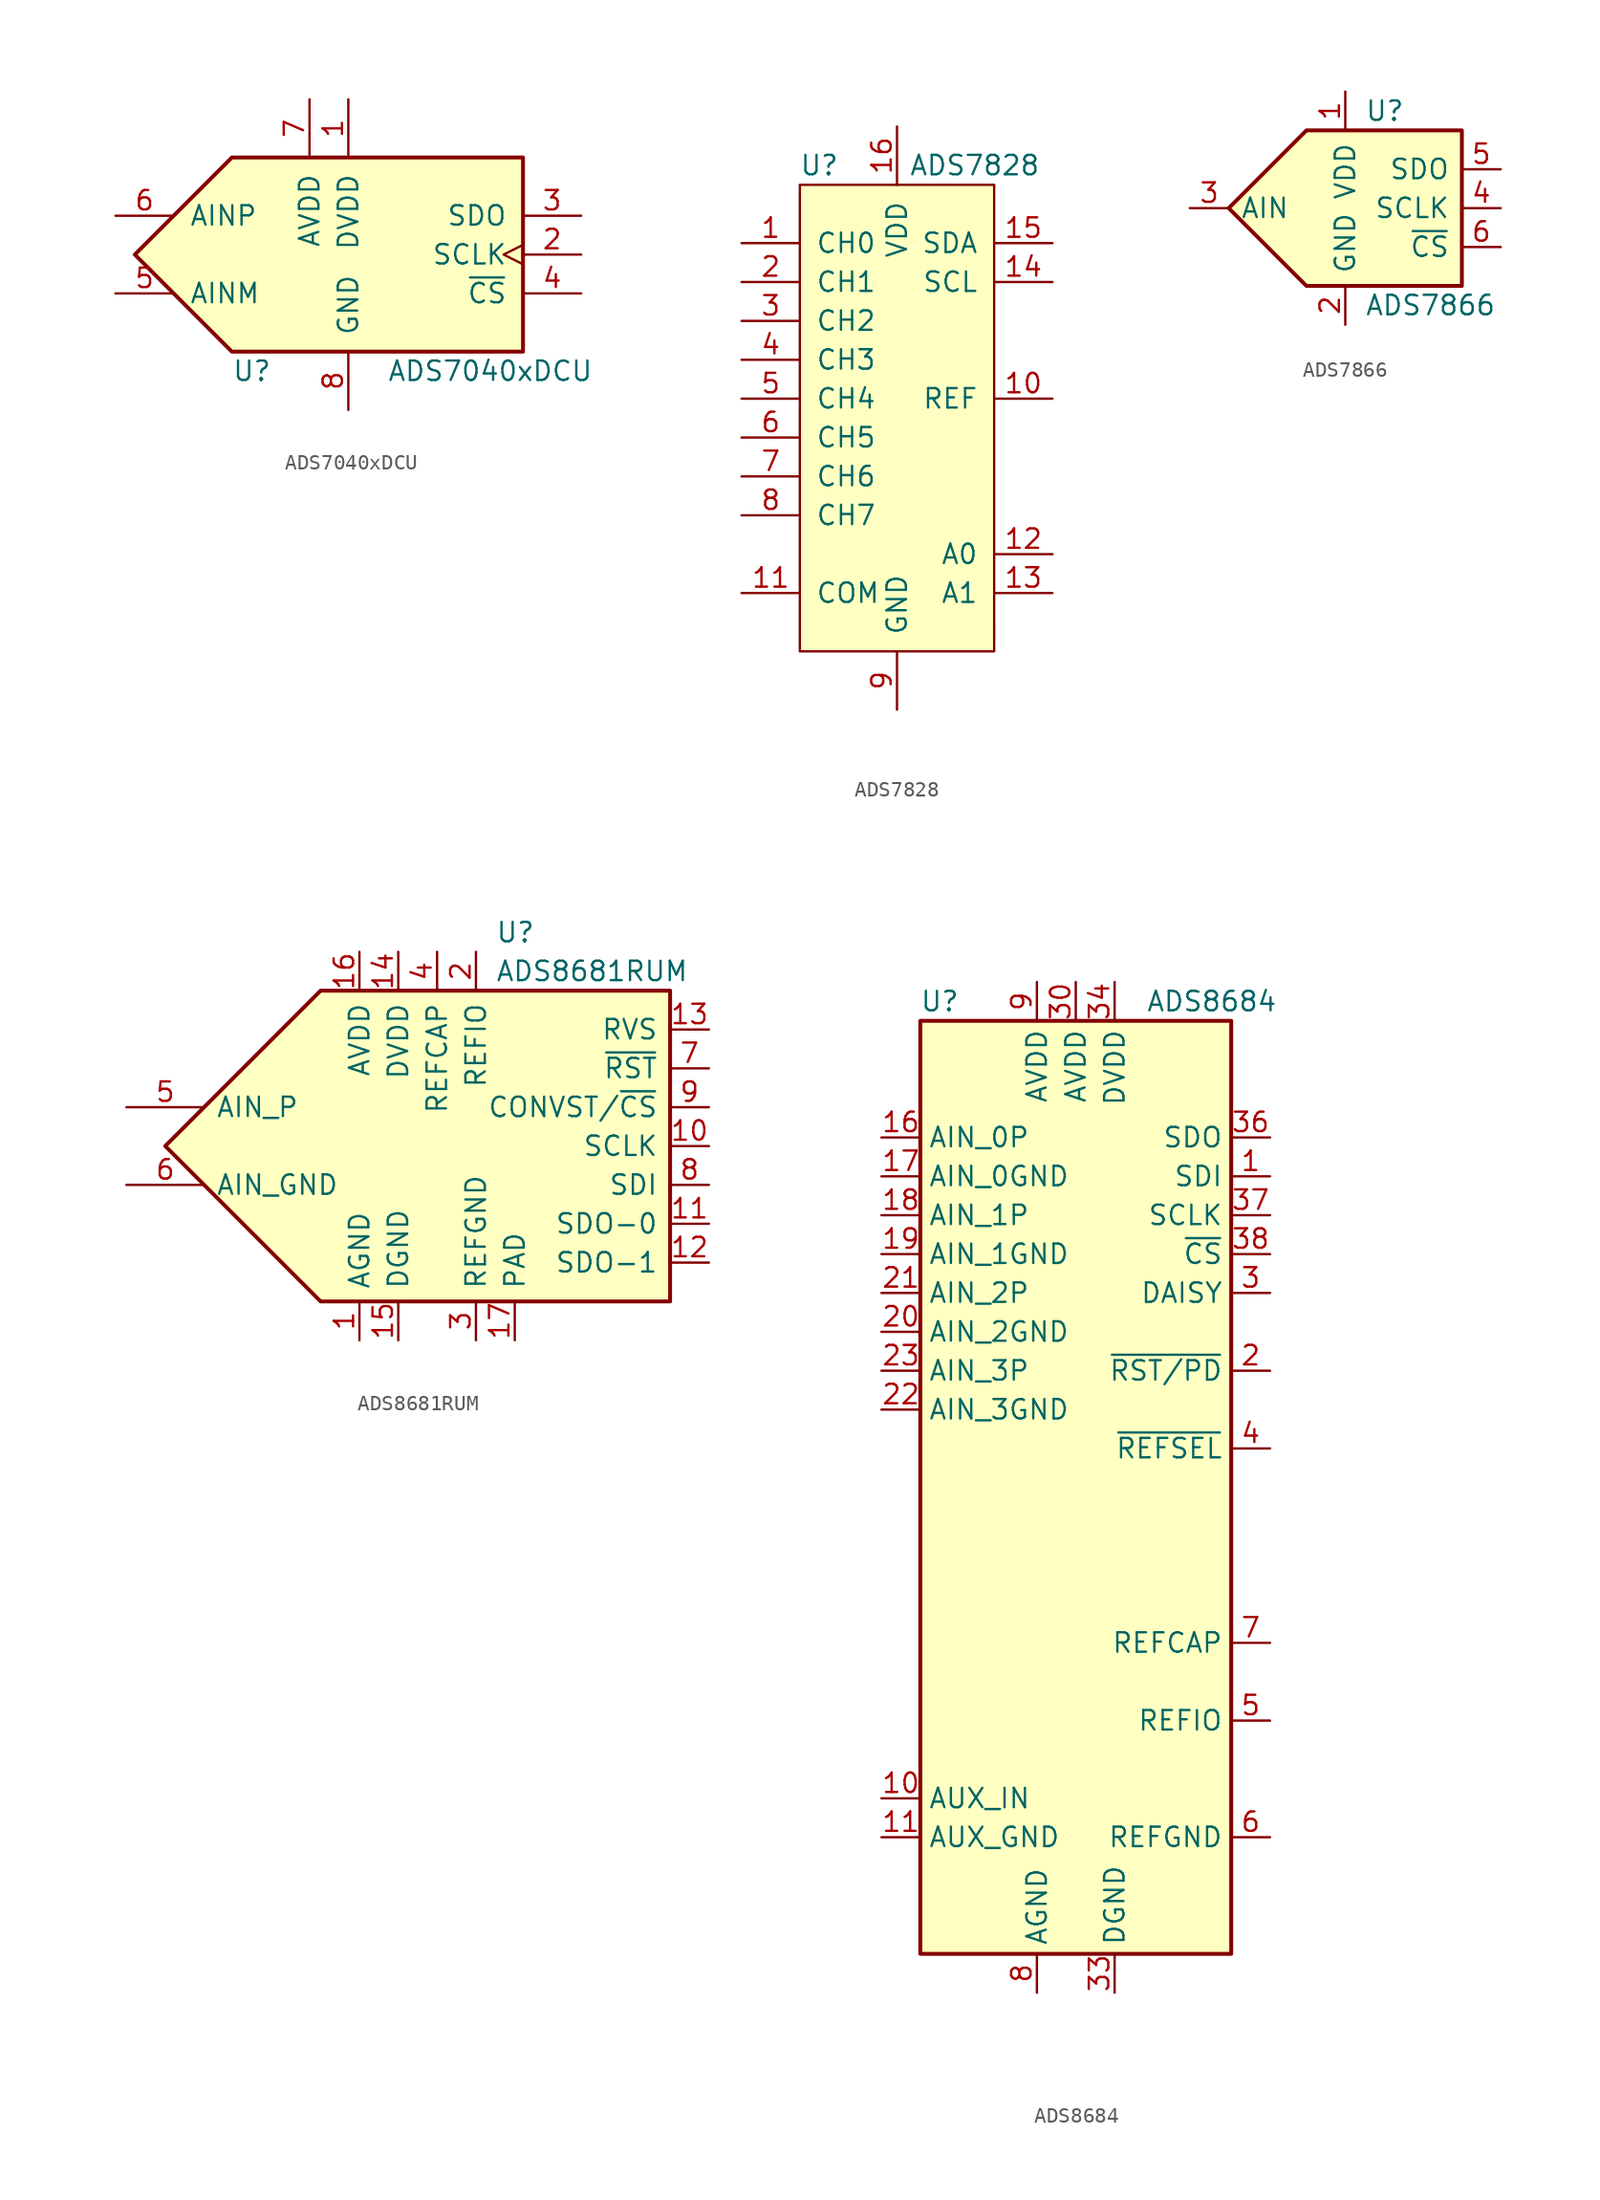
<source format=kicad_sym>
(kicad_symbol_lib
  (version 20241209)
  (generator "kicad_symbol_editor")
  (generator_version "9.0")
  (symbol "ADS7040xDCU"
    (pin_names
      (offset 1.016))
    (property "Reference" "U"
      (at -7.62 -7.62 0)
      (effects (font (size 1.27 1.27)) (justify left)))
    (property "Value" "ADS7040xDCU"
      (at 2.54 -7.62 0)
      (effects (font (size 1.27 1.27)) (justify left)))
    (symbol "ADS7040xDCU_0_1"
      (polyline (pts (xy -13.97 0) (xy -7.62 6.35) (xy 11.43 6.35) (xy 11.43 -6.35) (xy -7.62 -6.35) (xy -13.97 0)) (stroke (width 0.254) (type default)) (fill (type background))))
    (symbol "ADS7040xDCU_1_1"
      (pin input line (at -15.24 2.54 0) (length 3.81) (name "AINP" (effects (font (size 1.27 1.27)))) (number "6" (effects (font (size 1.27 1.27)))))
      (pin input line (at -15.24 -2.54 0) (length 3.81) (name "AINM" (effects (font (size 1.27 1.27)))) (number "5" (effects (font (size 1.27 1.27)))))
      (pin power_in line (at -2.54 10.16 270) (length 3.81) (name "AVDD" (effects (font (size 1.27 1.27)))) (number "7" (effects (font (size 1.27 1.27)))))
      (pin power_in line (at 0 10.16 270) (length 3.81) (name "DVDD" (effects (font (size 1.27 1.27)))) (number "1" (effects (font (size 1.27 1.27)))))
      (pin power_in line (at 0 -10.16 90) (length 3.81) (name "GND" (effects (font (size 1.27 1.27)))) (number "8" (effects (font (size 1.27 1.27)))))
      (pin output line (at 15.24 2.54 180) (length 3.81) (name "SDO" (effects (font (size 1.27 1.27)))) (number "3" (effects (font (size 1.27 1.27)))))
      (pin input clock (at 15.24 0 180) (length 3.81) (name "SCLK" (effects (font (size 1.27 1.27)))) (number "2" (effects (font (size 1.27 1.27)))))
      (pin input line (at 15.24 -2.54 180) (length 3.81) (name "~{CS}" (effects (font (size 1.27 1.27)))) (number "4" (effects (font (size 1.27 1.27)))))))
  (symbol "ADS7828"
    (pin_names
      (offset 1.016))
    (property "Reference" "U"
      (at -5.08 15.24 0)
      (effects (font (size 1.27 1.27))))
    (property "Value" "ADS7828"
      (at 5.08 15.24 0)
      (effects (font (size 1.27 1.27))))
    (symbol "ADS7828_0_1"
      (rectangle (start -6.35 13.97) (end 6.35 -16.51) (stroke (width 0) (type default)) (fill (type background)))
      (rectangle (start 6.35 -15.24) (end 6.35 -15.24) (stroke (width 0) (type default)) (fill (type none))))
    (symbol "ADS7828_1_1"
      (pin input line (at -10.16 10.16 0) (length 3.81) (name "CH0" (effects (font (size 1.27 1.27)))) (number "1" (effects (font (size 1.27 1.27)))))
      (pin input line (at -10.16 7.62 0) (length 3.81) (name "CH1" (effects (font (size 1.27 1.27)))) (number "2" (effects (font (size 1.27 1.27)))))
      (pin input line (at -10.16 5.08 0) (length 3.81) (name "CH2" (effects (font (size 1.27 1.27)))) (number "3" (effects (font (size 1.27 1.27)))))
      (pin input line (at -10.16 2.54 0) (length 3.81) (name "CH3" (effects (font (size 1.27 1.27)))) (number "4" (effects (font (size 1.27 1.27)))))
      (pin input line (at -10.16 0 0) (length 3.81) (name "CH4" (effects (font (size 1.27 1.27)))) (number "5" (effects (font (size 1.27 1.27)))))
      (pin input line (at -10.16 -2.54 0) (length 3.81) (name "CH5" (effects (font (size 1.27 1.27)))) (number "6" (effects (font (size 1.27 1.27)))))
      (pin input line (at -10.16 -5.08 0) (length 3.81) (name "CH6" (effects (font (size 1.27 1.27)))) (number "7" (effects (font (size 1.27 1.27)))))
      (pin input line (at -10.16 -7.62 0) (length 3.81) (name "CH7" (effects (font (size 1.27 1.27)))) (number "8" (effects (font (size 1.27 1.27)))))
      (pin input line (at -10.16 -12.7 0) (length 3.81) (name "COM" (effects (font (size 1.27 1.27)))) (number "11" (effects (font (size 1.27 1.27)))))
      (pin power_in line (at 0 17.78 270) (length 3.81) (name "VDD" (effects (font (size 1.27 1.27)))) (number "16" (effects (font (size 1.27 1.27)))))
      (pin power_in line (at 0 -20.32 90) (length 3.81) (name "GND" (effects (font (size 1.27 1.27)))) (number "9" (effects (font (size 1.27 1.27)))))
      (pin bidirectional line (at 10.16 10.16 180) (length 3.81) (name "SDA" (effects (font (size 1.27 1.27)))) (number "15" (effects (font (size 1.27 1.27)))))
      (pin input line (at 10.16 7.62 180) (length 3.81) (name "SCL" (effects (font (size 1.27 1.27)))) (number "14" (effects (font (size 1.27 1.27)))))
      (pin bidirectional line (at 10.16 0 180) (length 3.81) (name "REF" (effects (font (size 1.27 1.27)))) (number "10" (effects (font (size 1.27 1.27)))))
      (pin input line (at 10.16 -10.16 180) (length 3.81) (name "A0" (effects (font (size 1.27 1.27)))) (number "12" (effects (font (size 1.27 1.27)))))
      (pin input line (at 10.16 -12.7 180) (length 3.81) (name "A1" (effects (font (size 1.27 1.27)))) (number "13" (effects (font (size 1.27 1.27)))))))
  (symbol "ADS7866"
    (pin_names
      (offset 0.762))
    (property "Reference" "U"
      (at 1.27 6.35 0)
      (effects (font (size 1.27 1.27)) (justify left)))
    (property "Value" "ADS7866"
      (at 1.27 -6.35 0)
      (effects (font (size 1.27 1.27)) (justify left)))
    (symbol "ADS7866_0_1"
      (polyline (pts (xy -2.54 5.08) (xy 7.62 5.08) (xy 7.62 -5.08) (xy -2.54 -5.08) (xy -7.62 0) (xy -2.54 5.08)) (stroke (width 0.254) (type default)) (fill (type background))))
    (symbol "ADS7866_1_1"
      (pin input line (at -10.16 0 0) (length 2.54) (name "AIN" (effects (font (size 1.27 1.27)))) (number "3" (effects (font (size 1.27 1.27)))))
      (pin power_in line (at 0 7.62 270) (length 2.54) (name "VDD" (effects (font (size 1.27 1.27)))) (number "1" (effects (font (size 1.27 1.27)))))
      (pin power_in line (at 0 -7.62 90) (length 2.54) (name "GND" (effects (font (size 1.27 1.27)))) (number "2" (effects (font (size 1.27 1.27)))))
      (pin tri_state line (at 10.16 2.54 180) (length 2.54) (name "SDO" (effects (font (size 1.27 1.27)))) (number "5" (effects (font (size 1.27 1.27)))))
      (pin input line (at 10.16 0 180) (length 2.54) (name "SCLK" (effects (font (size 1.27 1.27)))) (number "4" (effects (font (size 1.27 1.27)))))
      (pin input line (at 10.16 -2.54 180) (length 2.54) (name "~{CS}" (effects (font (size 1.27 1.27)))) (number "6" (effects (font (size 1.27 1.27)))))))
  (symbol "ADS8681RUM"
    (pin_names
      (offset 0.762))
    (property "Reference" "U"
      (at 6.35 13.97 0)
      (effects (font (size 1.27 1.27)) (justify left)))
    (property "Value" "ADS8681RUM"
      (at 6.35 11.43 0)
      (effects (font (size 1.27 1.27)) (justify left)))
    (symbol "ADS8681RUM_0_1"
      (polyline (pts (xy -5.08 10.16) (xy 17.78 10.16) (xy 17.78 -10.16) (xy -5.08 -10.16) (xy -15.24 0) (xy -5.08 10.16)) (stroke (width 0.254) (type default)) (fill (type background))))
    (symbol "ADS8681RUM_1_1"
      (pin input line (at -17.78 2.54 0) (length 5.08) (name "AIN_P" (effects (font (size 1.27 1.27)))) (number "5" (effects (font (size 1.27 1.27)))))
      (pin input line (at -17.78 -2.54 0) (length 5.08) (name "AIN_GND" (effects (font (size 1.27 1.27)))) (number "6" (effects (font (size 1.27 1.27)))))
      (pin power_in line (at -2.54 12.7 270) (length 2.54) (name "AVDD" (effects (font (size 1.27 1.27)))) (number "16" (effects (font (size 1.27 1.27)))))
      (pin power_in line (at -2.54 -12.7 90) (length 2.54) (name "AGND" (effects (font (size 1.27 1.27)))) (number "1" (effects (font (size 1.27 1.27)))))
      (pin power_in line (at 0 12.7 270) (length 2.54) (name "DVDD" (effects (font (size 1.27 1.27)))) (number "14" (effects (font (size 1.27 1.27)))))
      (pin power_in line (at 0 -12.7 90) (length 2.54) (name "DGND" (effects (font (size 1.27 1.27)))) (number "15" (effects (font (size 1.27 1.27)))))
      (pin power_in line (at 2.54 12.7 270) (length 2.54) (name "REFCAP" (effects (font (size 1.27 1.27)))) (number "4" (effects (font (size 1.27 1.27)))))
      (pin passive line (at 5.08 12.7 270) (length 2.54) (name "REFIO" (effects (font (size 1.27 1.27)))) (number "2" (effects (font (size 1.27 1.27)))))
      (pin power_in line (at 5.08 -12.7 90) (length 2.54) (name "REFGND" (effects (font (size 1.27 1.27)))) (number "3" (effects (font (size 1.27 1.27)))))
      (pin power_in line (at 7.62 -12.7 90) (length 2.54) (name "PAD" (effects (font (size 1.27 1.27)))) (number "17" (effects (font (size 1.27 1.27)))))
      (pin output line (at 20.32 7.62 180) (length 2.54) (name "RVS" (effects (font (size 1.27 1.27)))) (number "13" (effects (font (size 1.27 1.27)))))
      (pin input line (at 20.32 5.08 180) (length 2.54) (name "~{RST}" (effects (font (size 1.27 1.27)))) (number "7" (effects (font (size 1.27 1.27)))))
      (pin input line (at 20.32 2.54 180) (length 2.54) (name "CONVST/~{CS}" (effects (font (size 1.27 1.27)))) (number "9" (effects (font (size 1.27 1.27)))))
      (pin input line (at 20.32 0 180) (length 2.54) (name "SCLK" (effects (font (size 1.27 1.27)))) (number "10" (effects (font (size 1.27 1.27)))))
      (pin input line (at 20.32 -2.54 180) (length 2.54) (name "SDI" (effects (font (size 1.27 1.27)))) (number "8" (effects (font (size 1.27 1.27)))))
      (pin tri_state line (at 20.32 -5.08 180) (length 2.54) (name "SDO-0" (effects (font (size 1.27 1.27)))) (number "11" (effects (font (size 1.27 1.27)))))
      (pin tri_state line (at 20.32 -7.62 180) (length 2.54) (name "SDO-1" (effects (font (size 1.27 1.27)))) (number "12" (effects (font (size 1.27 1.27)))))))
  (symbol "ADS8684"
    (property "Reference" "U"
      (at -8.89 31.75 0)
      (effects (font (size 1.27 1.27))))
    (property "Value" "ADS8684"
      (at 8.89 31.75 0)
      (effects (font (size 1.27 1.27))))
    (symbol "ADS8684_0_1"
      (rectangle (start -10.16 30.48) (end 10.16 -30.48) (stroke (width 0.254) (type default)) (fill (type background))))
    (symbol "ADS8684_1_1"
      (pin input line (at -12.7 22.86 0) (length 2.54) (name "AIN_0P" (effects (font (size 1.27 1.27)))) (number "16" (effects (font (size 1.27 1.27)))))
      (pin input line (at -12.7 20.32 0) (length 2.54) (name "AIN_0GND" (effects (font (size 1.27 1.27)))) (number "17" (effects (font (size 1.27 1.27)))))
      (pin input line (at -12.7 17.78 0) (length 2.54) (name "AIN_1P" (effects (font (size 1.27 1.27)))) (number "18" (effects (font (size 1.27 1.27)))))
      (pin input line (at -12.7 15.24 0) (length 2.54) (name "AIN_1GND" (effects (font (size 1.27 1.27)))) (number "19" (effects (font (size 1.27 1.27)))))
      (pin input line (at -12.7 12.7 0) (length 2.54) (name "AIN_2P" (effects (font (size 1.27 1.27)))) (number "21" (effects (font (size 1.27 1.27)))))
      (pin input line (at -12.7 10.16 0) (length 2.54) (name "AIN_2GND" (effects (font (size 1.27 1.27)))) (number "20" (effects (font (size 1.27 1.27)))))
      (pin input line (at -12.7 7.62 0) (length 2.54) (name "AIN_3P" (effects (font (size 1.27 1.27)))) (number "23" (effects (font (size 1.27 1.27)))))
      (pin input line (at -12.7 5.08 0) (length 2.54) (name "AIN_3GND" (effects (font (size 1.27 1.27)))) (number "22" (effects (font (size 1.27 1.27)))))
      (pin input line (at -12.7 -20.32 0) (length 2.54) (name "AUX_IN" (effects (font (size 1.27 1.27)))) (number "10" (effects (font (size 1.27 1.27)))))
      (pin input line (at -12.7 -22.86 0) (length 2.54) (name "AUX_GND" (effects (font (size 1.27 1.27)))) (number "11" (effects (font (size 1.27 1.27)))))
      (pin no_connect line (at -10.16 2.54 0) (length 2.54) (hide yes) (name "NC" (effects (font (size 1.27 1.27)))) (number "25" (effects (font (size 1.27 1.27)))))
      (pin no_connect line (at -10.16 0 0) (length 2.54) (hide yes) (name "NC" (effects (font (size 1.27 1.27)))) (number "24" (effects (font (size 1.27 1.27)))))
      (pin no_connect line (at -10.16 -2.54 0) (length 2.54) (hide yes) (name "NC" (effects (font (size 1.27 1.27)))) (number "27" (effects (font (size 1.27 1.27)))))
      (pin no_connect line (at -10.16 -5.08 0) (length 2.54) (hide yes) (name "NC" (effects (font (size 1.27 1.27)))) (number "26" (effects (font (size 1.27 1.27)))))
      (pin no_connect line (at -10.16 -7.62 0) (length 2.54) (hide yes) (name "NC" (effects (font (size 1.27 1.27)))) (number "12" (effects (font (size 1.27 1.27)))))
      (pin no_connect line (at -10.16 -10.16 0) (length 2.54) (hide yes) (name "NC" (effects (font (size 1.27 1.27)))) (number "13" (effects (font (size 1.27 1.27)))))
      (pin no_connect line (at -10.16 -12.7 0) (length 2.54) (hide yes) (name "NC" (effects (font (size 1.27 1.27)))) (number "14" (effects (font (size 1.27 1.27)))))
      (pin no_connect line (at -10.16 -15.24 0) (length 2.54) (hide yes) (name "NC" (effects (font (size 1.27 1.27)))) (number "15" (effects (font (size 1.27 1.27)))))
      (pin power_in line (at -2.54 33.02 270) (length 2.54) (name "AVDD" (effects (font (size 1.27 1.27)))) (number "9" (effects (font (size 1.27 1.27)))))
      (pin passive line (at -2.54 -33.02 90) (length 2.54) (hide yes) (name "AGND" (effects (font (size 1.27 1.27)))) (number "28" (effects (font (size 1.27 1.27)))))
      (pin passive line (at -2.54 -33.02 90) (length 2.54) (hide yes) (name "AGND" (effects (font (size 1.27 1.27)))) (number "29" (effects (font (size 1.27 1.27)))))
      (pin passive line (at -2.54 -33.02 90) (length 2.54) (hide yes) (name "AGND" (effects (font (size 1.27 1.27)))) (number "31" (effects (font (size 1.27 1.27)))))
      (pin passive line (at -2.54 -33.02 90) (length 2.54) (hide yes) (name "AGND" (effects (font (size 1.27 1.27)))) (number "32" (effects (font (size 1.27 1.27)))))
      (pin power_in line (at -2.54 -33.02 90) (length 2.54) (name "AGND" (effects (font (size 1.27 1.27)))) (number "8" (effects (font (size 1.27 1.27)))))
      (pin power_in line (at 0 33.02 270) (length 2.54) (name "AVDD" (effects (font (size 1.27 1.27)))) (number "30" (effects (font (size 1.27 1.27)))))
      (pin power_in line (at 2.54 33.02 270) (length 2.54) (name "DVDD" (effects (font (size 1.27 1.27)))) (number "34" (effects (font (size 1.27 1.27)))))
      (pin power_in line (at 2.54 -33.02 90) (length 2.54) (name "DGND" (effects (font (size 1.27 1.27)))) (number "33" (effects (font (size 1.27 1.27)))))
      (pin no_connect line (at 10.16 -5.08 180) (length 2.54) (hide yes) (name "DNC" (effects (font (size 1.27 1.27)))) (number "35" (effects (font (size 1.27 1.27)))))
      (pin output line (at 12.7 22.86 180) (length 2.54) (name "SDO" (effects (font (size 1.27 1.27)))) (number "36" (effects (font (size 1.27 1.27)))))
      (pin input line (at 12.7 20.32 180) (length 2.54) (name "SDI" (effects (font (size 1.27 1.27)))) (number "1" (effects (font (size 1.27 1.27)))))
      (pin input line (at 12.7 17.78 180) (length 2.54) (name "SCLK" (effects (font (size 1.27 1.27)))) (number "37" (effects (font (size 1.27 1.27)))))
      (pin input line (at 12.7 15.24 180) (length 2.54) (name "~{CS}" (effects (font (size 1.27 1.27)))) (number "38" (effects (font (size 1.27 1.27)))))
      (pin input line (at 12.7 12.7 180) (length 2.54) (name "DAISY" (effects (font (size 1.27 1.27)))) (number "3" (effects (font (size 1.27 1.27)))))
      (pin input line (at 12.7 7.62 180) (length 2.54) (name "~{RST/PD}" (effects (font (size 1.27 1.27)))) (number "2" (effects (font (size 1.27 1.27)))))
      (pin input line (at 12.7 2.54 180) (length 2.54) (name "~{REFSEL}" (effects (font (size 1.27 1.27)))) (number "4" (effects (font (size 1.27 1.27)))))
      (pin passive line (at 12.7 -10.16 180) (length 2.54) (name "REFCAP" (effects (font (size 1.27 1.27)))) (number "7" (effects (font (size 1.27 1.27)))))
      (pin passive line (at 12.7 -15.24 180) (length 2.54) (name "REFIO" (effects (font (size 1.27 1.27)))) (number "5" (effects (font (size 1.27 1.27)))))
      (pin power_in line (at 12.7 -22.86 180) (length 2.54) (name "REFGND" (effects (font (size 1.27 1.27)))) (number "6" (effects (font (size 1.27 1.27))))))))
</source>
